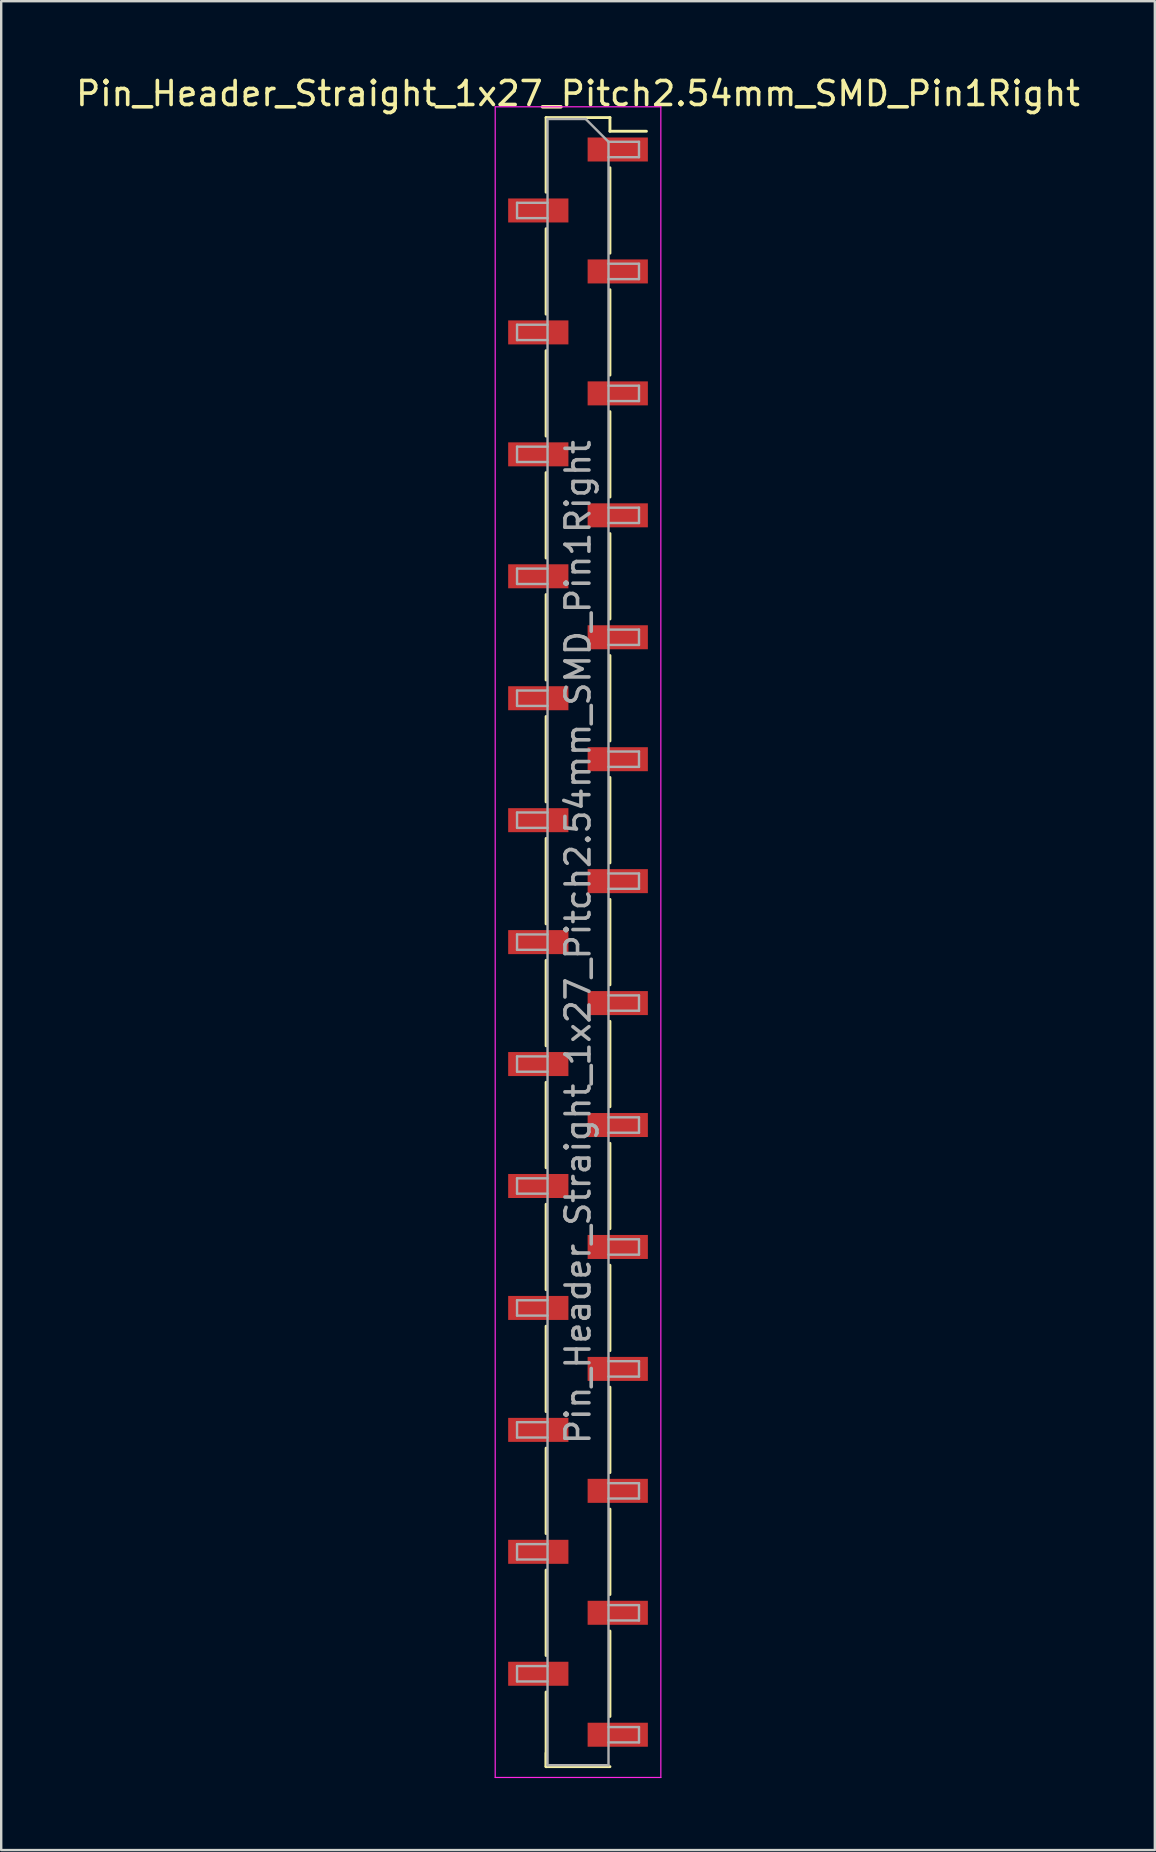
<source format=kicad_pcb>
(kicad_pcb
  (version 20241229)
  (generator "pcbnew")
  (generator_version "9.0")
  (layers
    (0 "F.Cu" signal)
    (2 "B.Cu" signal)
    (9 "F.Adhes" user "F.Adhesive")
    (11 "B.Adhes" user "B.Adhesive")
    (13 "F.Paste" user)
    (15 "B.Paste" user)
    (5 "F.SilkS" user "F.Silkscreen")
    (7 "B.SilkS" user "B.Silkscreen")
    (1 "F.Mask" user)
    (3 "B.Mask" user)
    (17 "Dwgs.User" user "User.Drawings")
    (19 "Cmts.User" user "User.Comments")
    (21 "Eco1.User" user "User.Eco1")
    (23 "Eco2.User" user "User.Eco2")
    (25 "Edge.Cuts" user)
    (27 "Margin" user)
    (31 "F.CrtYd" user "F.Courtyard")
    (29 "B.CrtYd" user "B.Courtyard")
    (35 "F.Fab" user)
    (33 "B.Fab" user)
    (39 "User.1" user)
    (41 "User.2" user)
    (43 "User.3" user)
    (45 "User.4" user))
  (footprint "Pin_Header_Straight_1x27_Pitch2.54mm_SMD_Pin1Right"
    (layer "F.Cu")
    (at 21.03 36.198)
    (property "Reference" "Pin_Header_Straight_1x27_Pitch2.54mm_SMD_Pin1Right" (at 0 -35.35 0) (layer "F.SilkS") (effects (font (size 1 1) (thickness 0.15))))
    (attr smd)
    (fp_line (start -1.33 -34.35) (end -1.33 -31.24) (stroke (width 0.12) (type solid)) (layer "F.SilkS"))
    (fp_line (start -1.33 -34.35) (end 1.33 -34.35) (stroke (width 0.12) (type solid)) (layer "F.SilkS"))
    (fp_line (start -1.33 -29.72) (end -1.33 -26.16) (stroke (width 0.12) (type solid)) (layer "F.SilkS"))
    (fp_line (start -1.33 -24.64) (end -1.33 -21.08) (stroke (width 0.12) (type solid)) (layer "F.SilkS"))
    (fp_line (start -1.33 -19.56) (end -1.33 -16) (stroke (width 0.12) (type solid)) (layer "F.SilkS"))
    (fp_line (start -1.33 -14.48) (end -1.33 -10.92) (stroke (width 0.12) (type solid)) (layer "F.SilkS"))
    (fp_line (start -1.33 -9.4) (end -1.33 -5.84) (stroke (width 0.12) (type solid)) (layer "F.SilkS"))
    (fp_line (start -1.33 -4.32) (end -1.33 -0.76) (stroke (width 0.12) (type solid)) (layer "F.SilkS"))
    (fp_line (start -1.33 0.76) (end -1.33 4.32) (stroke (width 0.12) (type solid)) (layer "F.SilkS"))
    (fp_line (start -1.33 5.84) (end -1.33 9.4) (stroke (width 0.12) (type solid)) (layer "F.SilkS"))
    (fp_line (start -1.33 10.92) (end -1.33 14.48) (stroke (width 0.12) (type solid)) (layer "F.SilkS"))
    (fp_line (start -1.33 16) (end -1.33 19.56) (stroke (width 0.12) (type solid)) (layer "F.SilkS"))
    (fp_line (start -1.33 21.08) (end -1.33 24.64) (stroke (width 0.12) (type solid)) (layer "F.SilkS"))
    (fp_line (start -1.33 26.16) (end -1.33 29.72) (stroke (width 0.12) (type solid)) (layer "F.SilkS"))
    (fp_line (start -1.33 31.24) (end -1.33 34.35) (stroke (width 0.12) (type solid)) (layer "F.SilkS"))
    (fp_line (start -1.33 33.78) (end -1.33 34.35) (stroke (width 0.12) (type solid)) (layer "F.SilkS"))
    (fp_line (start -1.33 34.35) (end 1.33 34.35) (stroke (width 0.12) (type solid)) (layer "F.SilkS"))
    (fp_line (start 1.33 -34.35) (end 1.33 -33.78) (stroke (width 0.12) (type solid)) (layer "F.SilkS"))
    (fp_line (start 1.33 -33.78) (end 2.85 -33.78) (stroke (width 0.12) (type solid)) (layer "F.SilkS"))
    (fp_line (start 1.33 -32.26) (end 1.33 -28.7) (stroke (width 0.12) (type solid)) (layer "F.SilkS"))
    (fp_line (start 1.33 -27.18) (end 1.33 -23.62) (stroke (width 0.12) (type solid)) (layer "F.SilkS"))
    (fp_line (start 1.33 -22.1) (end 1.33 -18.54) (stroke (width 0.12) (type solid)) (layer "F.SilkS"))
    (fp_line (start 1.33 -17.02) (end 1.33 -13.46) (stroke (width 0.12) (type solid)) (layer "F.SilkS"))
    (fp_line (start 1.33 -11.94) (end 1.33 -8.38) (stroke (width 0.12) (type solid)) (layer "F.SilkS"))
    (fp_line (start 1.33 -6.86) (end 1.33 -3.3) (stroke (width 0.12) (type solid)) (layer "F.SilkS"))
    (fp_line (start 1.33 -1.78) (end 1.33 1.78) (stroke (width 0.12) (type solid)) (layer "F.SilkS"))
    (fp_line (start 1.33 3.3) (end 1.33 6.86) (stroke (width 0.12) (type solid)) (layer "F.SilkS"))
    (fp_line (start 1.33 8.38) (end 1.33 11.94) (stroke (width 0.12) (type solid)) (layer "F.SilkS"))
    (fp_line (start 1.33 13.46) (end 1.33 17.02) (stroke (width 0.12) (type solid)) (layer "F.SilkS"))
    (fp_line (start 1.33 18.54) (end 1.33 22.1) (stroke (width 0.12) (type solid)) (layer "F.SilkS"))
    (fp_line (start 1.33 23.62) (end 1.33 27.18) (stroke (width 0.12) (type solid)) (layer "F.SilkS"))
    (fp_line (start 1.33 28.7) (end 1.33 32.26) (stroke (width 0.12) (type solid)) (layer "F.SilkS"))
    (fp_line (start -3.45 -34.8) (end -3.45 34.8) (stroke (width 0.05) (type solid)) (layer "F.CrtYd"))
    (fp_line (start -3.45 34.8) (end 3.45 34.8) (stroke (width 0.05) (type solid)) (layer "F.CrtYd"))
    (fp_line (start 3.45 -34.8) (end -3.45 -34.8) (stroke (width 0.05) (type solid)) (layer "F.CrtYd"))
    (fp_line (start 3.45 34.8) (end 3.45 -34.8) (stroke (width 0.05) (type solid)) (layer "F.CrtYd"))
    (fp_line (start -2.54 -30.8) (end -2.54 -30.16) (stroke (width 0.1) (type solid)) (layer "F.Fab"))
    (fp_line (start -2.54 -30.16) (end -1.27 -30.16) (stroke (width 0.1) (type solid)) (layer "F.Fab"))
    (fp_line (start -2.54 -25.72) (end -2.54 -25.08) (stroke (width 0.1) (type solid)) (layer "F.Fab"))
    (fp_line (start -2.54 -25.08) (end -1.27 -25.08) (stroke (width 0.1) (type solid)) (layer "F.Fab"))
    (fp_line (start -2.54 -20.64) (end -2.54 -20) (stroke (width 0.1) (type solid)) (layer "F.Fab"))
    (fp_line (start -2.54 -20) (end -1.27 -20) (stroke (width 0.1) (type solid)) (layer "F.Fab"))
    (fp_line (start -2.54 -15.56) (end -2.54 -14.92) (stroke (width 0.1) (type solid)) (layer "F.Fab"))
    (fp_line (start -2.54 -14.92) (end -1.27 -14.92) (stroke (width 0.1) (type solid)) (layer "F.Fab"))
    (fp_line (start -2.54 -10.48) (end -2.54 -9.84) (stroke (width 0.1) (type solid)) (layer "F.Fab"))
    (fp_line (start -2.54 -9.84) (end -1.27 -9.84) (stroke (width 0.1) (type solid)) (layer "F.Fab"))
    (fp_line (start -2.54 -5.4) (end -2.54 -4.76) (stroke (width 0.1) (type solid)) (layer "F.Fab"))
    (fp_line (start -2.54 -4.76) (end -1.27 -4.76) (stroke (width 0.1) (type solid)) (layer "F.Fab"))
    (fp_line (start -2.54 -0.32) (end -2.54 0.32) (stroke (width 0.1) (type solid)) (layer "F.Fab"))
    (fp_line (start -2.54 0.32) (end -1.27 0.32) (stroke (width 0.1) (type solid)) (layer "F.Fab"))
    (fp_line (start -2.54 4.76) (end -2.54 5.4) (stroke (width 0.1) (type solid)) (layer "F.Fab"))
    (fp_line (start -2.54 5.4) (end -1.27 5.4) (stroke (width 0.1) (type solid)) (layer "F.Fab"))
    (fp_line (start -2.54 9.84) (end -2.54 10.48) (stroke (width 0.1) (type solid)) (layer "F.Fab"))
    (fp_line (start -2.54 10.48) (end -1.27 10.48) (stroke (width 0.1) (type solid)) (layer "F.Fab"))
    (fp_line (start -2.54 14.92) (end -2.54 15.56) (stroke (width 0.1) (type solid)) (layer "F.Fab"))
    (fp_line (start -2.54 15.56) (end -1.27 15.56) (stroke (width 0.1) (type solid)) (layer "F.Fab"))
    (fp_line (start -2.54 20) (end -2.54 20.64) (stroke (width 0.1) (type solid)) (layer "F.Fab"))
    (fp_line (start -2.54 20.64) (end -1.27 20.64) (stroke (width 0.1) (type solid)) (layer "F.Fab"))
    (fp_line (start -2.54 25.08) (end -2.54 25.72) (stroke (width 0.1) (type solid)) (layer "F.Fab"))
    (fp_line (start -2.54 25.72) (end -1.27 25.72) (stroke (width 0.1) (type solid)) (layer "F.Fab"))
    (fp_line (start -2.54 30.16) (end -2.54 30.8) (stroke (width 0.1) (type solid)) (layer "F.Fab"))
    (fp_line (start -2.54 30.8) (end -1.27 30.8) (stroke (width 0.1) (type solid)) (layer "F.Fab"))
    (fp_line (start -1.27 -34.29) (end -1.27 34.29) (stroke (width 0.1) (type solid)) (layer "F.Fab"))
    (fp_line (start -1.27 -34.29) (end 0.32 -34.29) (stroke (width 0.1) (type solid)) (layer "F.Fab"))
    (fp_line (start -1.27 -30.8) (end -2.54 -30.8) (stroke (width 0.1) (type solid)) (layer "F.Fab"))
    (fp_line (start -1.27 -25.72) (end -2.54 -25.72) (stroke (width 0.1) (type solid)) (layer "F.Fab"))
    (fp_line (start -1.27 -20.64) (end -2.54 -20.64) (stroke (width 0.1) (type solid)) (layer "F.Fab"))
    (fp_line (start -1.27 -15.56) (end -2.54 -15.56) (stroke (width 0.1) (type solid)) (layer "F.Fab"))
    (fp_line (start -1.27 -10.48) (end -2.54 -10.48) (stroke (width 0.1) (type solid)) (layer "F.Fab"))
    (fp_line (start -1.27 -5.4) (end -2.54 -5.4) (stroke (width 0.1) (type solid)) (layer "F.Fab"))
    (fp_line (start -1.27 -0.32) (end -2.54 -0.32) (stroke (width 0.1) (type solid)) (layer "F.Fab"))
    (fp_line (start -1.27 4.76) (end -2.54 4.76) (stroke (width 0.1) (type solid)) (layer "F.Fab"))
    (fp_line (start -1.27 9.84) (end -2.54 9.84) (stroke (width 0.1) (type solid)) (layer "F.Fab"))
    (fp_line (start -1.27 14.92) (end -2.54 14.92) (stroke (width 0.1) (type solid)) (layer "F.Fab"))
    (fp_line (start -1.27 20) (end -2.54 20) (stroke (width 0.1) (type solid)) (layer "F.Fab"))
    (fp_line (start -1.27 25.08) (end -2.54 25.08) (stroke (width 0.1) (type solid)) (layer "F.Fab"))
    (fp_line (start -1.27 30.16) (end -2.54 30.16) (stroke (width 0.1) (type solid)) (layer "F.Fab"))
    (fp_line (start 1.27 -33.34) (end 0.32 -34.29) (stroke (width 0.1) (type solid)) (layer "F.Fab"))
    (fp_line (start 1.27 -33.34) (end 2.54 -33.34) (stroke (width 0.1) (type solid)) (layer "F.Fab"))
    (fp_line (start 1.27 -28.26) (end 2.54 -28.26) (stroke (width 0.1) (type solid)) (layer "F.Fab"))
    (fp_line (start 1.27 -23.18) (end 2.54 -23.18) (stroke (width 0.1) (type solid)) (layer "F.Fab"))
    (fp_line (start 1.27 -18.1) (end 2.54 -18.1) (stroke (width 0.1) (type solid)) (layer "F.Fab"))
    (fp_line (start 1.27 -13.02) (end 2.54 -13.02) (stroke (width 0.1) (type solid)) (layer "F.Fab"))
    (fp_line (start 1.27 -7.94) (end 2.54 -7.94) (stroke (width 0.1) (type solid)) (layer "F.Fab"))
    (fp_line (start 1.27 -2.86) (end 2.54 -2.86) (stroke (width 0.1) (type solid)) (layer "F.Fab"))
    (fp_line (start 1.27 2.22) (end 2.54 2.22) (stroke (width 0.1) (type solid)) (layer "F.Fab"))
    (fp_line (start 1.27 7.3) (end 2.54 7.3) (stroke (width 0.1) (type solid)) (layer "F.Fab"))
    (fp_line (start 1.27 12.38) (end 2.54 12.38) (stroke (width 0.1) (type solid)) (layer "F.Fab"))
    (fp_line (start 1.27 17.46) (end 2.54 17.46) (stroke (width 0.1) (type solid)) (layer "F.Fab"))
    (fp_line (start 1.27 22.54) (end 2.54 22.54) (stroke (width 0.1) (type solid)) (layer "F.Fab"))
    (fp_line (start 1.27 27.62) (end 2.54 27.62) (stroke (width 0.1) (type solid)) (layer "F.Fab"))
    (fp_line (start 1.27 32.7) (end 2.54 32.7) (stroke (width 0.1) (type solid)) (layer "F.Fab"))
    (fp_line (start 1.27 34.29) (end -1.27 34.29) (stroke (width 0.1) (type solid)) (layer "F.Fab"))
    (fp_line (start 1.27 34.29) (end 1.27 -33.34) (stroke (width 0.1) (type solid)) (layer "F.Fab"))
    (fp_line (start 2.54 -33.34) (end 2.54 -32.7) (stroke (width 0.1) (type solid)) (layer "F.Fab"))
    (fp_line (start 2.54 -32.7) (end 1.27 -32.7) (stroke (width 0.1) (type solid)) (layer "F.Fab"))
    (fp_line (start 2.54 -28.26) (end 2.54 -27.62) (stroke (width 0.1) (type solid)) (layer "F.Fab"))
    (fp_line (start 2.54 -27.62) (end 1.27 -27.62) (stroke (width 0.1) (type solid)) (layer "F.Fab"))
    (fp_line (start 2.54 -23.18) (end 2.54 -22.54) (stroke (width 0.1) (type solid)) (layer "F.Fab"))
    (fp_line (start 2.54 -22.54) (end 1.27 -22.54) (stroke (width 0.1) (type solid)) (layer "F.Fab"))
    (fp_line (start 2.54 -18.1) (end 2.54 -17.46) (stroke (width 0.1) (type solid)) (layer "F.Fab"))
    (fp_line (start 2.54 -17.46) (end 1.27 -17.46) (stroke (width 0.1) (type solid)) (layer "F.Fab"))
    (fp_line (start 2.54 -13.02) (end 2.54 -12.38) (stroke (width 0.1) (type solid)) (layer "F.Fab"))
    (fp_line (start 2.54 -12.38) (end 1.27 -12.38) (stroke (width 0.1) (type solid)) (layer "F.Fab"))
    (fp_line (start 2.54 -7.94) (end 2.54 -7.3) (stroke (width 0.1) (type solid)) (layer "F.Fab"))
    (fp_line (start 2.54 -7.3) (end 1.27 -7.3) (stroke (width 0.1) (type solid)) (layer "F.Fab"))
    (fp_line (start 2.54 -2.86) (end 2.54 -2.22) (stroke (width 0.1) (type solid)) (layer "F.Fab"))
    (fp_line (start 2.54 -2.22) (end 1.27 -2.22) (stroke (width 0.1) (type solid)) (layer "F.Fab"))
    (fp_line (start 2.54 2.22) (end 2.54 2.86) (stroke (width 0.1) (type solid)) (layer "F.Fab"))
    (fp_line (start 2.54 2.86) (end 1.27 2.86) (stroke (width 0.1) (type solid)) (layer "F.Fab"))
    (fp_line (start 2.54 7.3) (end 2.54 7.94) (stroke (width 0.1) (type solid)) (layer "F.Fab"))
    (fp_line (start 2.54 7.94) (end 1.27 7.94) (stroke (width 0.1) (type solid)) (layer "F.Fab"))
    (fp_line (start 2.54 12.38) (end 2.54 13.02) (stroke (width 0.1) (type solid)) (layer "F.Fab"))
    (fp_line (start 2.54 13.02) (end 1.27 13.02) (stroke (width 0.1) (type solid)) (layer "F.Fab"))
    (fp_line (start 2.54 17.46) (end 2.54 18.1) (stroke (width 0.1) (type solid)) (layer "F.Fab"))
    (fp_line (start 2.54 18.1) (end 1.27 18.1) (stroke (width 0.1) (type solid)) (layer "F.Fab"))
    (fp_line (start 2.54 22.54) (end 2.54 23.18) (stroke (width 0.1) (type solid)) (layer "F.Fab"))
    (fp_line (start 2.54 23.18) (end 1.27 23.18) (stroke (width 0.1) (type solid)) (layer "F.Fab"))
    (fp_line (start 2.54 27.62) (end 2.54 28.26) (stroke (width 0.1) (type solid)) (layer "F.Fab"))
    (fp_line (start 2.54 28.26) (end 1.27 28.26) (stroke (width 0.1) (type solid)) (layer "F.Fab"))
    (fp_line (start 2.54 32.7) (end 2.54 33.34) (stroke (width 0.1) (type solid)) (layer "F.Fab"))
    (fp_line (start 2.54 33.34) (end 1.27 33.34) (stroke (width 0.1) (type solid)) (layer "F.Fab"))
    (fp_text user "${REFERENCE}" (at 0 0 90) (layer "F.Fab") (effects (font (size 1 1) (thickness 0.15))))
    (pad "1" smd rect (at 1.655 -33.02) (size 2.51 1) (layers "F.Cu" "F.Mask" "F.Paste"))
    (pad "2" smd rect (at -1.655 -30.48) (size 2.51 1) (layers "F.Cu" "F.Mask" "F.Paste"))
    (pad "3" smd rect (at 1.655 -27.94) (size 2.51 1) (layers "F.Cu" "F.Mask" "F.Paste"))
    (pad "4" smd rect (at -1.655 -25.4) (size 2.51 1) (layers "F.Cu" "F.Mask" "F.Paste"))
    (pad "5" smd rect (at 1.655 -22.86) (size 2.51 1) (layers "F.Cu" "F.Mask" "F.Paste"))
    (pad "6" smd rect (at -1.655 -20.32) (size 2.51 1) (layers "F.Cu" "F.Mask" "F.Paste"))
    (pad "7" smd rect (at 1.655 -17.78) (size 2.51 1) (layers "F.Cu" "F.Mask" "F.Paste"))
    (pad "8" smd rect (at -1.655 -15.24) (size 2.51 1) (layers "F.Cu" "F.Mask" "F.Paste"))
    (pad "9" smd rect (at 1.655 -12.7) (size 2.51 1) (layers "F.Cu" "F.Mask" "F.Paste"))
    (pad "10" smd rect (at -1.655 -10.16) (size 2.51 1) (layers "F.Cu" "F.Mask" "F.Paste"))
    (pad "11" smd rect (at 1.655 -7.62) (size 2.51 1) (layers "F.Cu" "F.Mask" "F.Paste"))
    (pad "12" smd rect (at -1.655 -5.08) (size 2.51 1) (layers "F.Cu" "F.Mask" "F.Paste"))
    (pad "13" smd rect (at 1.655 -2.54) (size 2.51 1) (layers "F.Cu" "F.Mask" "F.Paste"))
    (pad "14" smd rect (at -1.655 0) (size 2.51 1) (layers "F.Cu" "F.Mask" "F.Paste"))
    (pad "15" smd rect (at 1.655 2.54) (size 2.51 1) (layers "F.Cu" "F.Mask" "F.Paste"))
    (pad "16" smd rect (at -1.655 5.08) (size 2.51 1) (layers "F.Cu" "F.Mask" "F.Paste"))
    (pad "17" smd rect (at 1.655 7.62) (size 2.51 1) (layers "F.Cu" "F.Mask" "F.Paste"))
    (pad "18" smd rect (at -1.655 10.16) (size 2.51 1) (layers "F.Cu" "F.Mask" "F.Paste"))
    (pad "19" smd rect (at 1.655 12.7) (size 2.51 1) (layers "F.Cu" "F.Mask" "F.Paste"))
    (pad "20" smd rect (at -1.655 15.24) (size 2.51 1) (layers "F.Cu" "F.Mask" "F.Paste"))
    (pad "21" smd rect (at 1.655 17.78) (size 2.51 1) (layers "F.Cu" "F.Mask" "F.Paste"))
    (pad "22" smd rect (at -1.655 20.32) (size 2.51 1) (layers "F.Cu" "F.Mask" "F.Paste"))
    (pad "23" smd rect (at 1.655 22.86) (size 2.51 1) (layers "F.Cu" "F.Mask" "F.Paste"))
    (pad "24" smd rect (at -1.655 25.4) (size 2.51 1) (layers "F.Cu" "F.Mask" "F.Paste"))
    (pad "25" smd rect (at 1.655 27.94) (size 2.51 1) (layers "F.Cu" "F.Mask" "F.Paste"))
    (pad "26" smd rect (at -1.655 30.48) (size 2.51 1) (layers "F.Cu" "F.Mask" "F.Paste"))
    (pad "27" smd rect (at 1.655 33.02) (size 2.51 1) (layers "F.Cu" "F.Mask" "F.Paste")))
  (gr_rect
    (start -3 -3)
    (end 45.06 74.023)
    (stroke (width 0.1) (type default))
    (fill no)
    (layer "Edge.Cuts")))
</source>
